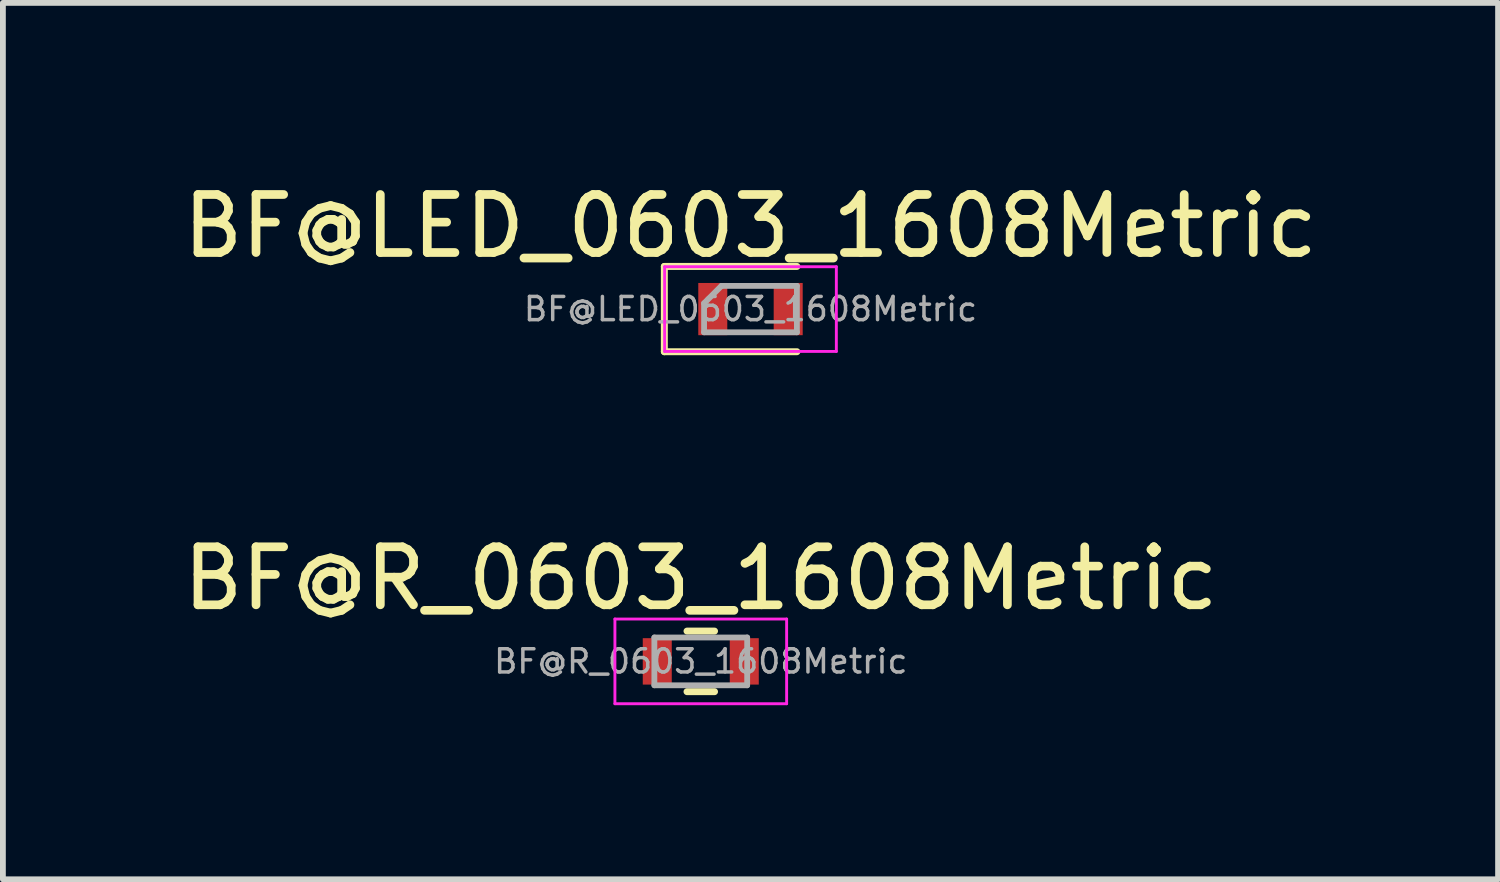
<source format=kicad_pcb>
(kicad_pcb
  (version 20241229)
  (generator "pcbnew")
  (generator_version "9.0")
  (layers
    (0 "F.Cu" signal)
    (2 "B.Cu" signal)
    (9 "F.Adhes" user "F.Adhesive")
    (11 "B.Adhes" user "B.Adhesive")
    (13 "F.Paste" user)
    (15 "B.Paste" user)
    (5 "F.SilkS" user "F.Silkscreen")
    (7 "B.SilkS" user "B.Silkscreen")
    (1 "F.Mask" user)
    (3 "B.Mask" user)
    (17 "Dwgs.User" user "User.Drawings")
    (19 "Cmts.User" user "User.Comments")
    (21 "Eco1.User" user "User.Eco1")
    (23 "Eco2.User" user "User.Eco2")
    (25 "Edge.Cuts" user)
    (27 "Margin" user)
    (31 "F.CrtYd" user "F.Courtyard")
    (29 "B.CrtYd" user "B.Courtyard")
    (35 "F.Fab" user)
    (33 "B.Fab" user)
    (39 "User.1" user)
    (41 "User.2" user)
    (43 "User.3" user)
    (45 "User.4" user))
  (footprint "BF@R_0603_1608Metric"
    (layer "F.Cu")
    (at 9.03 8.351)
    (property "Reference" "BF@R_0603_1608Metric" (at 0 -1.43 0) (layer "F.SilkS") (effects (font (size 1 1) (thickness 0.15))))
    (attr smd)
    (fp_line (start -0.237 -0.522) (end 0.237 -0.522) (stroke (width 0.12) (type solid)) (layer "F.SilkS"))
    (fp_line (start -0.237 0.522) (end 0.237 0.522) (stroke (width 0.12) (type solid)) (layer "F.SilkS"))
    (fp_line (start -1.48 -0.73) (end 1.48 -0.73) (stroke (width 0.05) (type solid)) (layer "F.CrtYd"))
    (fp_line (start -1.48 0.73) (end -1.48 -0.73) (stroke (width 0.05) (type solid)) (layer "F.CrtYd"))
    (fp_line (start 1.48 -0.73) (end 1.48 0.73) (stroke (width 0.05) (type solid)) (layer "F.CrtYd"))
    (fp_line (start 1.48 0.73) (end -1.48 0.73) (stroke (width 0.05) (type solid)) (layer "F.CrtYd"))
    (fp_line (start -0.8 -0.412) (end 0.8 -0.412) (stroke (width 0.1) (type solid)) (layer "F.Fab"))
    (fp_line (start -0.8 0.412) (end -0.8 -0.412) (stroke (width 0.1) (type solid)) (layer "F.Fab"))
    (fp_line (start 0.8 -0.412) (end 0.8 0.412) (stroke (width 0.1) (type solid)) (layer "F.Fab"))
    (fp_line (start 0.8 0.412) (end -0.8 0.412) (stroke (width 0.1) (type solid)) (layer "F.Fab"))
    (fp_text user "${REFERENCE}" (at 0 0 0) (layer "F.Fab") (effects (font (size 0.4 0.4) (thickness 0.06))))
    (pad "1" smd rect (at -0.75 0) (size 0.5 0.8) (layers "F.Cu" "F.Mask" "F.Paste"))
    (pad "2" smd rect (at 0.75 0) (size 0.5 0.8) (layers "F.Cu" "F.Mask" "F.Paste")))
  (footprint "BF@LED_0603_1608Metric"
    (layer "F.Cu")
    (at 9.887 2.278)
    (property "Reference" "BF@LED_0603_1608Metric" (at 0 -1.43 0) (layer "F.SilkS") (effects (font (size 1 1) (thickness 0.15))))
    (attr smd)
    (fp_line (start -1.485 -0.735) (end -1.485 0.735) (stroke (width 0.12) (type solid)) (layer "F.SilkS"))
    (fp_line (start -1.485 0.735) (end 0.8 0.735) (stroke (width 0.12) (type solid)) (layer "F.SilkS"))
    (fp_line (start 0.8 -0.735) (end -1.485 -0.735) (stroke (width 0.12) (type solid)) (layer "F.SilkS"))
    (fp_line (start -1.48 -0.73) (end 1.48 -0.73) (stroke (width 0.05) (type solid)) (layer "F.CrtYd"))
    (fp_line (start -1.48 0.73) (end -1.48 -0.73) (stroke (width 0.05) (type solid)) (layer "F.CrtYd"))
    (fp_line (start 1.48 -0.73) (end 1.48 0.73) (stroke (width 0.05) (type solid)) (layer "F.CrtYd"))
    (fp_line (start 1.48 0.73) (end -1.48 0.73) (stroke (width 0.05) (type solid)) (layer "F.CrtYd"))
    (fp_line (start -0.8 -0.1) (end -0.8 0.4) (stroke (width 0.1) (type solid)) (layer "F.Fab"))
    (fp_line (start -0.8 0.4) (end 0.8 0.4) (stroke (width 0.1) (type solid)) (layer "F.Fab"))
    (fp_line (start -0.5 -0.4) (end -0.8 -0.1) (stroke (width 0.1) (type solid)) (layer "F.Fab"))
    (fp_line (start 0.8 -0.4) (end -0.5 -0.4) (stroke (width 0.1) (type solid)) (layer "F.Fab"))
    (fp_line (start 0.8 0.4) (end 0.8 -0.4) (stroke (width 0.1) (type solid)) (layer "F.Fab"))
    (fp_text user "${REFERENCE}" (at 0 0 0) (layer "F.Fab") (effects (font (size 0.4 0.4) (thickness 0.06))))
    (pad "1" smd rect (at -0.65 0) (size 0.5 0.9) (layers "F.Cu" "F.Mask" "F.Paste"))
    (pad "2" smd rect (at 0.65 0) (size 0.5 0.9) (layers "F.Cu" "F.Mask" "F.Paste")))
  (gr_rect
    (start -3 -3)
    (end 22.774 12.107)
    (stroke (width 0.1) (type default))
    (fill no)
    (layer "Edge.Cuts")))
</source>
